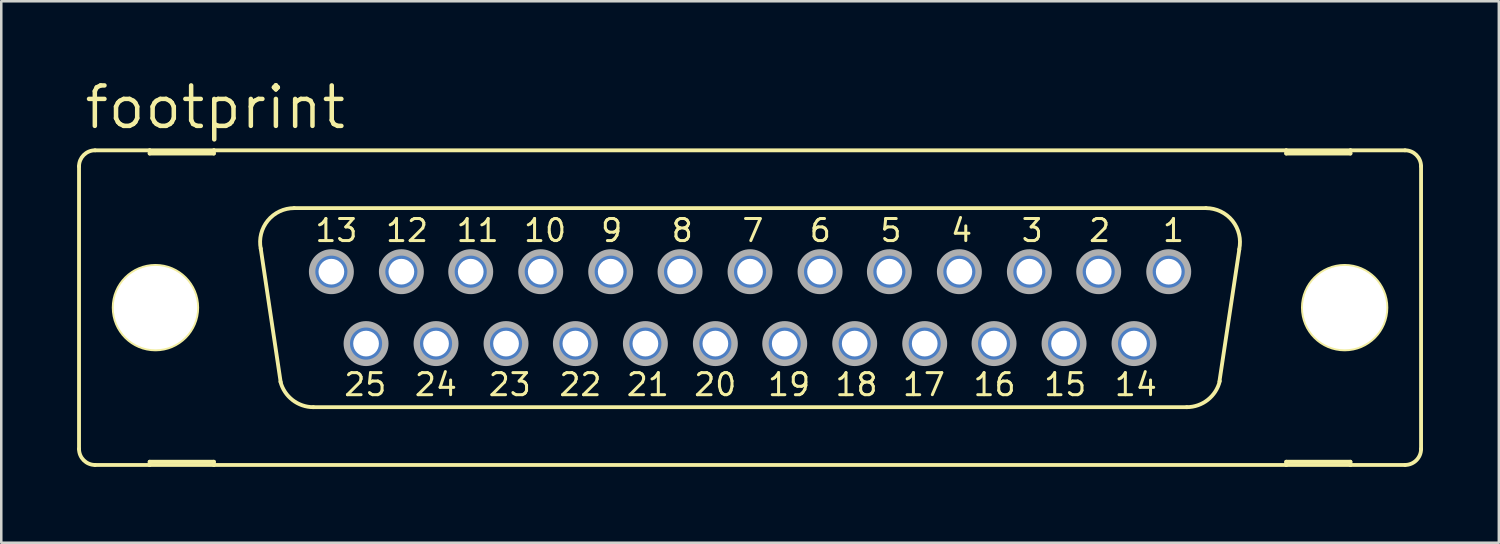
<source format=kicad_pcb>
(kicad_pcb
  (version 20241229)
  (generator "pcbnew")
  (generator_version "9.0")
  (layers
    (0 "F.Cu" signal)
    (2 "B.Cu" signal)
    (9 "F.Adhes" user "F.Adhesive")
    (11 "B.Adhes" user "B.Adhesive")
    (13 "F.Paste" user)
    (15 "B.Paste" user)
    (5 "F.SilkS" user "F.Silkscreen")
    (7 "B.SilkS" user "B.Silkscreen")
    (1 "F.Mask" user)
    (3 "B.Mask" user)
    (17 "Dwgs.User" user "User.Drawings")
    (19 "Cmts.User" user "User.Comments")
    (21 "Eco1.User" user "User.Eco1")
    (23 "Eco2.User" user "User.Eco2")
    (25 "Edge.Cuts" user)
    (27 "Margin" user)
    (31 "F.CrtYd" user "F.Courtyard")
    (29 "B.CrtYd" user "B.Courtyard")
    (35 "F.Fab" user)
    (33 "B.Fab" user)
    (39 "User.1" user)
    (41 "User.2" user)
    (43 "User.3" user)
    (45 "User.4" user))
  (footprint "footprint"
    (layer "F.Cu")
    (at 26.619 9.119)
    (property "Reference" "footprint" (at -26.416 -6.985 0) (layer "F.SilkS") (effects (font (size 1.6 1.6) (thickness 0.178)) (justify left bottom)))
    (fp_line (start -26.543 -5.588) (end -26.543 5.588) (stroke (width 0.152) (type solid)) (layer "F.SilkS"))
    (fp_line (start -25.908 6.223) (end -23.749 6.223) (stroke (width 0.152) (type solid)) (layer "F.SilkS"))
    (fp_line (start -23.749 -6.223) (end -25.908 -6.223) (stroke (width 0.152) (type solid)) (layer "F.SilkS"))
    (fp_line (start -23.749 -6.223) (end -23.749 -6.096) (stroke (width 0.152) (type solid)) (layer "F.SilkS"))
    (fp_line (start -23.749 -6.096) (end -21.209 -6.096) (stroke (width 0.152) (type solid)) (layer "F.SilkS"))
    (fp_line (start -23.749 6.096) (end -21.209 6.096) (stroke (width 0.152) (type solid)) (layer "F.SilkS"))
    (fp_line (start -23.749 6.223) (end -23.749 6.096) (stroke (width 0.152) (type solid)) (layer "F.SilkS"))
    (fp_line (start -23.749 6.223) (end -21.209 6.223) (stroke (width 0.152) (type solid)) (layer "F.SilkS"))
    (fp_line (start -21.209 -6.223) (end -23.749 -6.223) (stroke (width 0.152) (type solid)) (layer "F.SilkS"))
    (fp_line (start -21.209 -6.096) (end -21.209 -6.223) (stroke (width 0.152) (type solid)) (layer "F.SilkS"))
    (fp_line (start -21.209 6.096) (end -21.209 6.223) (stroke (width 0.152) (type solid)) (layer "F.SilkS"))
    (fp_line (start -21.209 6.223) (end 21.209 6.223) (stroke (width 0.152) (type solid)) (layer "F.SilkS"))
    (fp_line (start -18.567 2.946) (end -19.355 -2.337) (stroke (width 0.152) (type solid)) (layer "F.SilkS"))
    (fp_line (start -18.034 -3.937) (end 18.034 -3.937) (stroke (width 0.152) (type solid)) (layer "F.SilkS"))
    (fp_line (start -17.272 3.937) (end 17.272 3.937) (stroke (width 0.152) (type solid)) (layer "F.SilkS"))
    (fp_line (start 19.355 -2.311) (end 18.567 2.921) (stroke (width 0.152) (type solid)) (layer "F.SilkS"))
    (fp_line (start 21.209 -6.223) (end -21.209 -6.223) (stroke (width 0.152) (type solid)) (layer "F.SilkS"))
    (fp_line (start 21.209 -6.223) (end 21.209 -6.096) (stroke (width 0.152) (type solid)) (layer "F.SilkS"))
    (fp_line (start 21.209 -6.096) (end 23.749 -6.096) (stroke (width 0.152) (type solid)) (layer "F.SilkS"))
    (fp_line (start 21.209 6.096) (end 23.749 6.096) (stroke (width 0.152) (type solid)) (layer "F.SilkS"))
    (fp_line (start 21.209 6.223) (end 21.209 6.096) (stroke (width 0.152) (type solid)) (layer "F.SilkS"))
    (fp_line (start 21.209 6.223) (end 23.749 6.223) (stroke (width 0.152) (type solid)) (layer "F.SilkS"))
    (fp_line (start 23.749 -6.223) (end 21.209 -6.223) (stroke (width 0.152) (type solid)) (layer "F.SilkS"))
    (fp_line (start 23.749 -6.096) (end 23.749 -6.223) (stroke (width 0.152) (type solid)) (layer "F.SilkS"))
    (fp_line (start 23.749 6.096) (end 23.749 6.223) (stroke (width 0.152) (type solid)) (layer "F.SilkS"))
    (fp_line (start 23.749 6.223) (end 25.908 6.223) (stroke (width 0.152) (type solid)) (layer "F.SilkS"))
    (fp_line (start 25.908 -6.223) (end 23.749 -6.223) (stroke (width 0.152) (type solid)) (layer "F.SilkS"))
    (fp_line (start 26.543 -5.588) (end 26.543 5.588) (stroke (width 0.152) (type solid)) (layer "F.SilkS"))
    (fp_arc (start -26.543 -5.588) (mid -26.357013 -6.037013) (end -25.908 -6.223) (stroke (width 0.1524) (type solid)) (layer "F.SilkS"))
    (fp_arc (start -25.908 6.223) (mid -26.357013 6.037013) (end -26.543 5.588) (stroke (width 0.1524) (type solid)) (layer "F.SilkS"))
    (fp_arc (start -19.3541 -2.3268) (mid -19.075082 -3.444284) (end -18.034 -3.937) (stroke (width 0.1524) (type solid)) (layer "F.SilkS"))
    (fp_arc (start -17.272 3.937) (mid -18.0955 3.655745) (end -18.5749 2.9295) (stroke (width 0.1524) (type solid)) (layer "F.SilkS"))
    (fp_arc (start 18.034 -3.937) (mid 19.082557 -3.435183) (end 19.349499 -2.303798) (stroke (width 0.1524) (type solid)) (layer "F.SilkS"))
    (fp_arc (start 18.580701 2.904999) (mid 18.105257 3.647874) (end 17.272 3.937) (stroke (width 0.1524) (type solid)) (layer "F.SilkS"))
    (fp_arc (start 25.908 -6.223) (mid 26.357013 -6.037013) (end 26.543 -5.588) (stroke (width 0.1524) (type solid)) (layer "F.SilkS"))
    (fp_arc (start 26.543 5.588) (mid 26.357013 6.037013) (end 25.908 6.223) (stroke (width 0.1524) (type solid)) (layer "F.SilkS"))
    (fp_circle (center -23.52 0) (end -21.869 0) (stroke (width 0.152) (type solid)) (fill no) (layer "F.SilkS"))
    (fp_circle (center 23.52 0) (end 25.171 0) (stroke (width 0.152) (type solid)) (fill no) (layer "F.SilkS"))
    (fp_circle (center -16.561 -1.422) (end -15.799 -1.422) (stroke (width 0.254) (type solid)) (fill no) (layer "F.Fab"))
    (fp_circle (center -15.189 1.422) (end -14.427 1.422) (stroke (width 0.254) (type solid)) (fill no) (layer "F.Fab"))
    (fp_circle (center -13.792 -1.422) (end -13.03 -1.422) (stroke (width 0.254) (type solid)) (fill no) (layer "F.Fab"))
    (fp_circle (center -12.421 1.422) (end -11.659 1.422) (stroke (width 0.254) (type solid)) (fill no) (layer "F.Fab"))
    (fp_circle (center -11.049 -1.422) (end -10.287 -1.422) (stroke (width 0.254) (type solid)) (fill no) (layer "F.Fab"))
    (fp_circle (center -9.652 1.422) (end -8.89 1.422) (stroke (width 0.254) (type solid)) (fill no) (layer "F.Fab"))
    (fp_circle (center -8.28 -1.422) (end -7.518 -1.422) (stroke (width 0.254) (type solid)) (fill no) (layer "F.Fab"))
    (fp_circle (center -6.909 1.422) (end -6.147 1.422) (stroke (width 0.254) (type solid)) (fill no) (layer "F.Fab"))
    (fp_circle (center -5.512 -1.422) (end -4.75 -1.422) (stroke (width 0.254) (type solid)) (fill no) (layer "F.Fab"))
    (fp_circle (center -4.14 1.422) (end -3.378 1.422) (stroke (width 0.254) (type solid)) (fill no) (layer "F.Fab"))
    (fp_circle (center -2.769 -1.422) (end -2.007 -1.422) (stroke (width 0.254) (type solid)) (fill no) (layer "F.Fab"))
    (fp_circle (center -1.372 1.422) (end -0.61 1.422) (stroke (width 0.254) (type solid)) (fill no) (layer "F.Fab"))
    (fp_circle (center 0 -1.422) (end 0.762 -1.422) (stroke (width 0.254) (type solid)) (fill no) (layer "F.Fab"))
    (fp_circle (center 1.372 1.422) (end 2.134 1.422) (stroke (width 0.254) (type solid)) (fill no) (layer "F.Fab"))
    (fp_circle (center 2.769 -1.422) (end 3.531 -1.422) (stroke (width 0.254) (type solid)) (fill no) (layer "F.Fab"))
    (fp_circle (center 4.14 1.422) (end 4.902 1.422) (stroke (width 0.254) (type solid)) (fill no) (layer "F.Fab"))
    (fp_circle (center 5.512 -1.422) (end 6.274 -1.422) (stroke (width 0.254) (type solid)) (fill no) (layer "F.Fab"))
    (fp_circle (center 6.909 1.422) (end 7.671 1.422) (stroke (width 0.254) (type solid)) (fill no) (layer "F.Fab"))
    (fp_circle (center 8.28 -1.422) (end 9.042 -1.422) (stroke (width 0.254) (type solid)) (fill no) (layer "F.Fab"))
    (fp_circle (center 9.652 1.422) (end 10.414 1.422) (stroke (width 0.254) (type solid)) (fill no) (layer "F.Fab"))
    (fp_circle (center 11.049 -1.422) (end 11.811 -1.422) (stroke (width 0.254) (type solid)) (fill no) (layer "F.Fab"))
    (fp_circle (center 12.421 1.422) (end 13.183 1.422) (stroke (width 0.254) (type solid)) (fill no) (layer "F.Fab"))
    (fp_circle (center 13.792 -1.422) (end 14.554 -1.422) (stroke (width 0.254) (type solid)) (fill no) (layer "F.Fab"))
    (fp_circle (center 15.189 1.422) (end 15.951 1.422) (stroke (width 0.254) (type solid)) (fill no) (layer "F.Fab"))
    (fp_circle (center 16.561 -1.422) (end 17.323 -1.422) (stroke (width 0.254) (type solid)) (fill no) (layer "F.Fab"))
    (fp_text user "20" (at -2.286 3.556 0) (layer "F.SilkS") (effects (font (size 0.872 0.872) (thickness 0.119)) (justify left bottom)))
    (fp_text user "5" (at 5.08 -2.54 0) (layer "F.SilkS") (effects (font (size 0.872 0.872) (thickness 0.119)) (justify left bottom)))
    (fp_text user "9" (at -5.969 -2.54 0) (layer "F.SilkS") (effects (font (size 0.872 0.872) (thickness 0.119)) (justify left bottom)))
    (fp_text user "21" (at -4.953 3.556 0) (layer "F.SilkS") (effects (font (size 0.872 0.872) (thickness 0.119)) (justify left bottom)))
    (fp_text user "7" (at -0.381 -2.54 0) (layer "F.SilkS") (effects (font (size 0.872 0.872) (thickness 0.119)) (justify left bottom)))
    (fp_text user "19" (at 0.635 3.556 0) (layer "F.SilkS") (effects (font (size 0.872 0.872) (thickness 0.119)) (justify left bottom)))
    (fp_text user "2" (at 13.335 -2.54 0) (layer "F.SilkS") (effects (font (size 0.872 0.872) (thickness 0.119)) (justify left bottom)))
    (fp_text user "24" (at -13.335 3.556 0) (layer "F.SilkS") (effects (font (size 0.872 0.872) (thickness 0.119)) (justify left bottom)))
    (fp_text user "12" (at -14.478 -2.54 0) (layer "F.SilkS") (effects (font (size 0.872 0.872) (thickness 0.119)) (justify left bottom)))
    (fp_text user "17" (at 5.969 3.556 0) (layer "F.SilkS") (effects (font (size 0.872 0.872) (thickness 0.119)) (justify left bottom)))
    (fp_text user "11" (at -11.684 -2.54 0) (layer "F.SilkS") (effects (font (size 0.872 0.872) (thickness 0.119)) (justify left bottom)))
    (fp_text user "8" (at -3.175 -2.54 0) (layer "F.SilkS") (effects (font (size 0.872 0.872) (thickness 0.119)) (justify left bottom)))
    (fp_text user "3" (at 10.668 -2.54 0) (layer "F.SilkS") (effects (font (size 0.872 0.872) (thickness 0.119)) (justify left bottom)))
    (fp_text user "14" (at 14.351 3.556 0) (layer "F.SilkS") (effects (font (size 0.872 0.872) (thickness 0.119)) (justify left bottom)))
    (fp_text user "13" (at -17.272 -2.54 0) (layer "F.SilkS") (effects (font (size 0.872 0.872) (thickness 0.119)) (justify left bottom)))
    (fp_text user "1" (at 16.256 -2.54 0) (layer "F.SilkS") (effects (font (size 0.872 0.872) (thickness 0.119)) (justify left bottom)))
    (fp_text user "23" (at -10.414 3.556 0) (layer "F.SilkS") (effects (font (size 0.872 0.872) (thickness 0.119)) (justify left bottom)))
    (fp_text user "6" (at 2.286 -2.54 0) (layer "F.SilkS") (effects (font (size 0.872 0.872) (thickness 0.119)) (justify left bottom)))
    (fp_text user "16" (at 8.763 3.556 0) (layer "F.SilkS") (effects (font (size 0.872 0.872) (thickness 0.119)) (justify left bottom)))
    (fp_text user "25" (at -16.129 3.556 0) (layer "F.SilkS") (effects (font (size 0.872 0.872) (thickness 0.119)) (justify left bottom)))
    (fp_text user "18" (at 3.302 3.556 0) (layer "F.SilkS") (effects (font (size 0.872 0.872) (thickness 0.119)) (justify left bottom)))
    (fp_text user "4" (at 7.874 -2.54 0) (layer "F.SilkS") (effects (font (size 0.872 0.872) (thickness 0.119)) (justify left bottom)))
    (fp_text user "10" (at -9.017 -2.54 0) (layer "F.SilkS") (effects (font (size 0.872 0.872) (thickness 0.119)) (justify left bottom)))
    (fp_text user "22" (at -7.62 3.556 0) (layer "F.SilkS") (effects (font (size 0.872 0.872) (thickness 0.119)) (justify left bottom)))
    (fp_text user "15" (at 11.557 3.556 0) (layer "F.SilkS") (effects (font (size 0.872 0.872) (thickness 0.119)) (justify left bottom)))
    (pad "" np_thru_hole circle (at -23.52 0) (size 3.302 3.302) (drill 3.302) (layers "*.Cu" "*.Mask"))
    (pad "" np_thru_hole circle (at 23.52 0) (size 3.302 3.302) (drill 3.302) (layers "*.Cu" "*.Mask"))
    (pad "1" thru_hole roundrect (at 16.561 -1.422) (size 1.524 1.524) (drill 1.016) (layers "*.Cu" "*.Mask") (roundrect_rratio 0.25) (chamfer_ratio 0.25) (chamfer top_left top_right bottom_left bottom_right))
    (pad "2" thru_hole roundrect (at 13.792 -1.422) (size 1.524 1.524) (drill 1.016) (layers "*.Cu" "*.Mask") (roundrect_rratio 0.25) (chamfer_ratio 0.25) (chamfer top_left top_right bottom_left bottom_right))
    (pad "3" thru_hole roundrect (at 11.049 -1.422) (size 1.524 1.524) (drill 1.016) (layers "*.Cu" "*.Mask") (roundrect_rratio 0.25) (chamfer_ratio 0.25) (chamfer top_left top_right bottom_left bottom_right))
    (pad "4" thru_hole roundrect (at 8.28 -1.422) (size 1.524 1.524) (drill 1.016) (layers "*.Cu" "*.Mask") (roundrect_rratio 0.25) (chamfer_ratio 0.25) (chamfer top_left top_right bottom_left bottom_right))
    (pad "5" thru_hole roundrect (at 5.512 -1.422) (size 1.524 1.524) (drill 1.016) (layers "*.Cu" "*.Mask") (roundrect_rratio 0.25) (chamfer_ratio 0.25) (chamfer top_left top_right bottom_left bottom_right))
    (pad "6" thru_hole roundrect (at 2.769 -1.422) (size 1.524 1.524) (drill 1.016) (layers "*.Cu" "*.Mask") (roundrect_rratio 0.25) (chamfer_ratio 0.25) (chamfer top_left top_right bottom_left bottom_right))
    (pad "7" thru_hole roundrect (at 0 -1.422) (size 1.524 1.524) (drill 1.016) (layers "*.Cu" "*.Mask") (roundrect_rratio 0.25) (chamfer_ratio 0.25) (chamfer top_left top_right bottom_left bottom_right))
    (pad "8" thru_hole roundrect (at -2.769 -1.422) (size 1.524 1.524) (drill 1.016) (layers "*.Cu" "*.Mask") (roundrect_rratio 0.25) (chamfer_ratio 0.25) (chamfer top_left top_right bottom_left bottom_right))
    (pad "9" thru_hole roundrect (at -5.512 -1.422) (size 1.524 1.524) (drill 1.016) (layers "*.Cu" "*.Mask") (roundrect_rratio 0.25) (chamfer_ratio 0.25) (chamfer top_left top_right bottom_left bottom_right))
    (pad "10" thru_hole roundrect (at -8.28 -1.422) (size 1.524 1.524) (drill 1.016) (layers "*.Cu" "*.Mask") (roundrect_rratio 0.25) (chamfer_ratio 0.25) (chamfer top_left top_right bottom_left bottom_right))
    (pad "11" thru_hole roundrect (at -11.049 -1.422) (size 1.524 1.524) (drill 1.016) (layers "*.Cu" "*.Mask") (roundrect_rratio 0.25) (chamfer_ratio 0.25) (chamfer top_left top_right bottom_left bottom_right))
    (pad "12" thru_hole roundrect (at -13.792 -1.422) (size 1.524 1.524) (drill 1.016) (layers "*.Cu" "*.Mask") (roundrect_rratio 0.25) (chamfer_ratio 0.25) (chamfer top_left top_right bottom_left bottom_right))
    (pad "13" thru_hole roundrect (at -16.561 -1.422) (size 1.524 1.524) (drill 1.016) (layers "*.Cu" "*.Mask") (roundrect_rratio 0.25) (chamfer_ratio 0.25) (chamfer top_left top_right bottom_left bottom_right))
    (pad "14" thru_hole roundrect (at 15.189 1.422) (size 1.524 1.524) (drill 1.016) (layers "*.Cu" "*.Mask") (roundrect_rratio 0.25) (chamfer_ratio 0.25) (chamfer top_left top_right bottom_left bottom_right))
    (pad "15" thru_hole roundrect (at 12.421 1.422) (size 1.524 1.524) (drill 1.016) (layers "*.Cu" "*.Mask") (roundrect_rratio 0.25) (chamfer_ratio 0.25) (chamfer top_left top_right bottom_left bottom_right))
    (pad "16" thru_hole roundrect (at 9.652 1.422) (size 1.524 1.524) (drill 1.016) (layers "*.Cu" "*.Mask") (roundrect_rratio 0.25) (chamfer_ratio 0.25) (chamfer top_left top_right bottom_left bottom_right))
    (pad "17" thru_hole roundrect (at 6.909 1.422) (size 1.524 1.524) (drill 1.016) (layers "*.Cu" "*.Mask") (roundrect_rratio 0.25) (chamfer_ratio 0.25) (chamfer top_left top_right bottom_left bottom_right))
    (pad "18" thru_hole roundrect (at 4.14 1.422) (size 1.524 1.524) (drill 1.016) (layers "*.Cu" "*.Mask") (roundrect_rratio 0.25) (chamfer_ratio 0.25) (chamfer top_left top_right bottom_left bottom_right))
    (pad "19" thru_hole roundrect (at 1.372 1.422) (size 1.524 1.524) (drill 1.016) (layers "*.Cu" "*.Mask") (roundrect_rratio 0.25) (chamfer_ratio 0.25) (chamfer top_left top_right bottom_left bottom_right))
    (pad "20" thru_hole roundrect (at -1.372 1.422) (size 1.524 1.524) (drill 1.016) (layers "*.Cu" "*.Mask") (roundrect_rratio 0.25) (chamfer_ratio 0.25) (chamfer top_left top_right bottom_left bottom_right))
    (pad "21" thru_hole roundrect (at -4.14 1.422) (size 1.524 1.524) (drill 1.016) (layers "*.Cu" "*.Mask") (roundrect_rratio 0.25) (chamfer_ratio 0.25) (chamfer top_left top_right bottom_left bottom_right))
    (pad "22" thru_hole roundrect (at -6.909 1.422) (size 1.524 1.524) (drill 1.016) (layers "*.Cu" "*.Mask") (roundrect_rratio 0.25) (chamfer_ratio 0.25) (chamfer top_left top_right bottom_left bottom_right))
    (pad "23" thru_hole roundrect (at -9.652 1.422) (size 1.524 1.524) (drill 1.016) (layers "*.Cu" "*.Mask") (roundrect_rratio 0.25) (chamfer_ratio 0.25) (chamfer top_left top_right bottom_left bottom_right))
    (pad "24" thru_hole roundrect (at -12.421 1.422) (size 1.524 1.524) (drill 1.016) (layers "*.Cu" "*.Mask") (roundrect_rratio 0.25) (chamfer_ratio 0.25) (chamfer top_left top_right bottom_left bottom_right))
    (pad "25" thru_hole roundrect (at -15.189 1.422) (size 1.524 1.524) (drill 1.016) (layers "*.Cu" "*.Mask") (roundrect_rratio 0.25) (chamfer_ratio 0.25) (chamfer top_left top_right bottom_left bottom_right))
    (zone (net_name "") (layers "F.Cu" "B.Cu") (hatch edge 0.508) (connect_pads) (min_thickness 0.254) (filled_areas_thickness no) (keepout (tracks allowed) (vias not_allowed) (pads allowed) (copperpour allowed) (footprints allowed)) (placement (enabled no)) (fill) (polygon (pts (xy 5.766 9.119) (xy 5.725 8.655) (xy 5.605 8.206) (xy 5.408 7.785) (xy 5.142 7.404) (xy 4.813 7.076) (xy 4.432 6.809) (xy 4.011 6.612) (xy 3.562 6.492) (xy 3.099 6.452) (xy 2.636 6.492) (xy 2.187 6.612) (xy 1.765 6.809) (xy 1.384 7.076) (xy 1.056 7.404) (xy 0.789 7.785) (xy 0.593 8.206) (xy 0.472 8.655) (xy 0.432 9.119) (xy 0.472 9.582) (xy 0.593 10.031) (xy 0.789 10.452) (xy 1.056 10.833) (xy 1.384 11.162) (xy 1.765 11.428) (xy 2.187 11.625) (xy 2.636 11.745) (xy 3.099 11.786) (xy 3.562 11.745) (xy 4.011 11.625) (xy 4.432 11.428) (xy 4.813 11.162) (xy 5.142 10.833) (xy 5.408 10.452) (xy 5.605 10.031) (xy 5.725 9.582))))
    (zone (net_name "") (layers "F.Cu" "B.Cu") (hatch edge 0.508) (connect_pads) (min_thickness 0.254) (filled_areas_thickness no) (keepout (tracks allowed) (vias not_allowed) (pads allowed) (copperpour allowed) (footprints allowed)) (placement (enabled no)) (fill) (polygon (pts (xy 52.807 9.119) (xy 52.766 8.655) (xy 52.646 8.206) (xy 52.449 7.785) (xy 52.183 7.404) (xy 51.854 7.076) (xy 51.473 6.809) (xy 51.052 6.612) (xy 50.603 6.492) (xy 50.14 6.452) (xy 49.676 6.492) (xy 49.227 6.612) (xy 48.806 6.809) (xy 48.425 7.076) (xy 48.097 7.404) (xy 47.83 7.785) (xy 47.633 8.206) (xy 47.513 8.655) (xy 47.473 9.119) (xy 47.513 9.582) (xy 47.633 10.031) (xy 47.83 10.452) (xy 48.097 10.833) (xy 48.425 11.162) (xy 48.806 11.428) (xy 49.227 11.625) (xy 49.676 11.745) (xy 50.14 11.786) (xy 50.603 11.745) (xy 51.052 11.625) (xy 51.473 11.428) (xy 51.854 11.162) (xy 52.183 10.833) (xy 52.449 10.452) (xy 52.646 10.031) (xy 52.766 9.582))))
    (zone (net_name "") (layer "B.Cu") (hatch edge 0.508) (connect_pads) (min_thickness 0.254) (filled_areas_thickness no) (keepout (tracks not_allowed) (vias not_allowed) (pads not_allowed) (copperpour not_allowed) (footprints allowed)) (placement (enabled no)) (fill) (polygon (pts (xy 5.766 9.119) (xy 5.725 8.655) (xy 5.605 8.206) (xy 5.408 7.785) (xy 5.142 7.404) (xy 4.813 7.076) (xy 4.432 6.809) (xy 4.011 6.612) (xy 3.562 6.492) (xy 3.099 6.452) (xy 2.636 6.492) (xy 2.187 6.612) (xy 1.765 6.809) (xy 1.384 7.076) (xy 1.056 7.404) (xy 0.789 7.785) (xy 0.593 8.206) (xy 0.472 8.655) (xy 0.432 9.119) (xy 0.472 9.582) (xy 0.593 10.031) (xy 0.789 10.452) (xy 1.056 10.833) (xy 1.384 11.162) (xy 1.765 11.428) (xy 2.187 11.625) (xy 2.636 11.745) (xy 3.099 11.786) (xy 3.562 11.745) (xy 4.011 11.625) (xy 4.432 11.428) (xy 4.813 11.162) (xy 5.142 10.833) (xy 5.408 10.452) (xy 5.605 10.031) (xy 5.725 9.582))))
    (zone (net_name "") (layer "B.Cu") (hatch edge 0.508) (connect_pads) (min_thickness 0.254) (filled_areas_thickness no) (keepout (tracks not_allowed) (vias not_allowed) (pads not_allowed) (copperpour not_allowed) (footprints allowed)) (placement (enabled no)) (fill) (polygon (pts (xy 52.807 9.119) (xy 52.766 8.655) (xy 52.646 8.206) (xy 52.449 7.785) (xy 52.183 7.404) (xy 51.854 7.076) (xy 51.473 6.809) (xy 51.052 6.612) (xy 50.603 6.492) (xy 50.14 6.452) (xy 49.676 6.492) (xy 49.227 6.612) (xy 48.806 6.809) (xy 48.425 7.076) (xy 48.097 7.404) (xy 47.83 7.785) (xy 47.633 8.206) (xy 47.513 8.655) (xy 47.473 9.119) (xy 47.513 9.582) (xy 47.633 10.031) (xy 47.83 10.452) (xy 48.097 10.833) (xy 48.425 11.162) (xy 48.806 11.428) (xy 49.227 11.625) (xy 49.676 11.745) (xy 50.14 11.786) (xy 50.603 11.745) (xy 51.052 11.625) (xy 51.473 11.428) (xy 51.854 11.162) (xy 52.183 10.833) (xy 52.449 10.452) (xy 52.646 10.031) (xy 52.766 9.582)))))
  (gr_rect
    (start -3 -3)
    (end 56.238 18.418)
    (stroke (width 0.1) (type default))
    (fill no)
    (layer "Edge.Cuts")))
</source>
